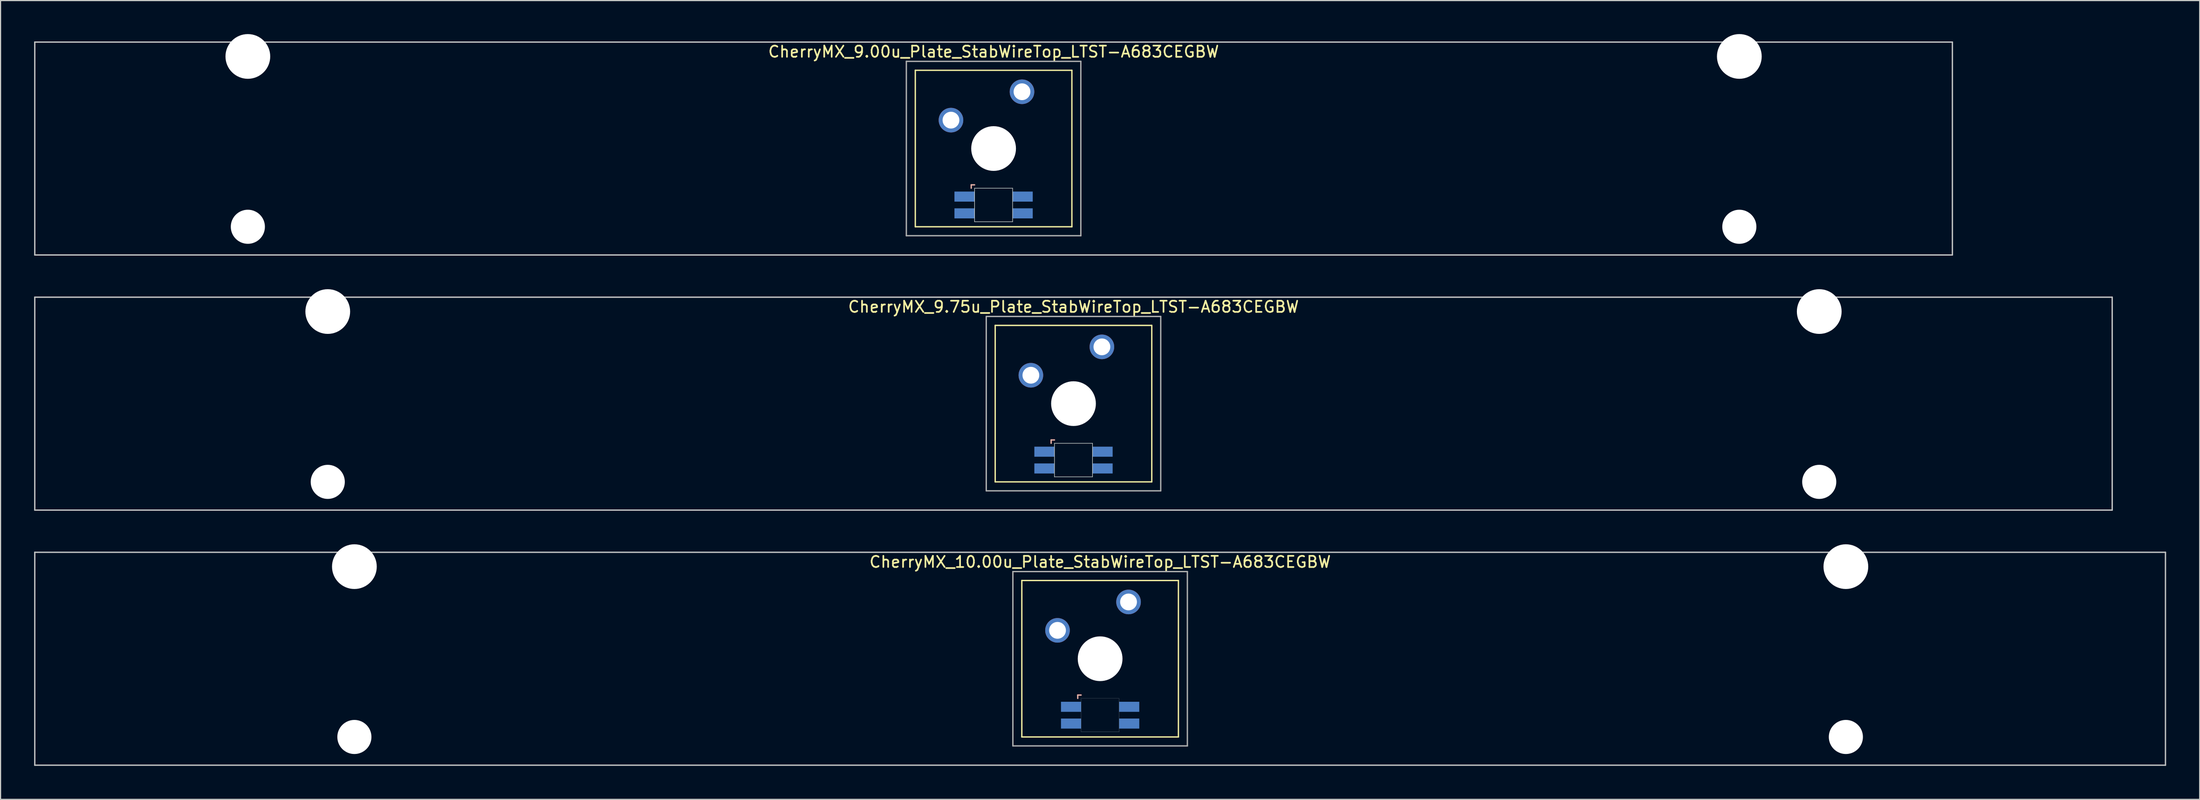
<source format=kicad_pcb>
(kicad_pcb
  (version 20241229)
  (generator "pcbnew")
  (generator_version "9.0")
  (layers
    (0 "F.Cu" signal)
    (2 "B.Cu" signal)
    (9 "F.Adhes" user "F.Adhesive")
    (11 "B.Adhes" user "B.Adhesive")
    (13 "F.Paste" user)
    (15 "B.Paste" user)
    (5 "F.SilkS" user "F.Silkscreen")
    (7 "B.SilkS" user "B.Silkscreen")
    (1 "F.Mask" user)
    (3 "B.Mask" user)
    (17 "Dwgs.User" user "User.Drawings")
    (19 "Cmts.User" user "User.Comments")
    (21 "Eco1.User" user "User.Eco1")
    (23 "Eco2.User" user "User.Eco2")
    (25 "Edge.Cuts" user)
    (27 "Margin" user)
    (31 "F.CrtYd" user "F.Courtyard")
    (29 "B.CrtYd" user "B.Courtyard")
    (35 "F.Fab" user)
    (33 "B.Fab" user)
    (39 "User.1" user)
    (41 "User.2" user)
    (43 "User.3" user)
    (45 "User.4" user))
  (footprint "CherryMX_9.75u_Plate_StabWireTop_LTST-A683CEGBW"
    (layer "F.Cu")
    (at 92.929 33.065)
    (property "Reference" "CherryMX_9.75u_Plate_StabWireTop_LTST-A683CEGBW" (at 0 -8.662 0) (layer "F.SilkS") (effects (font (size 1 1) (thickness 0.15))))
    (attr through_hole)
    (fp_line (start -7 -7) (end -7 7) (stroke (width 0.12) (type solid)) (layer "F.SilkS"))
    (fp_line (start -7 -7) (end 7 -7) (stroke (width 0.12) (type solid)) (layer "F.SilkS"))
    (fp_line (start 7 -7) (end 7 7) (stroke (width 0.12) (type solid)) (layer "F.SilkS"))
    (fp_line (start 7 7) (end -7 7) (stroke (width 0.12) (type solid)) (layer "F.SilkS"))
    (fp_line (start -2 3.25) (end -2 3.55) (stroke (width 0.12) (type solid)) (layer "B.SilkS"))
    (fp_line (start -1.7 3.25) (end -2 3.25) (stroke (width 0.12) (type solid)) (layer "B.SilkS"))
    (fp_line (start -92.869 -9.525) (end 92.869 -9.525) (stroke (width 0.12) (type solid)) (layer "Dwgs.User"))
    (fp_line (start -92.869 9.525) (end -92.869 -9.525) (stroke (width 0.12) (type solid)) (layer "Dwgs.User"))
    (fp_line (start 92.869 -9.525) (end 92.869 9.525) (stroke (width 0.12) (type solid)) (layer "Dwgs.User"))
    (fp_line (start 92.869 9.525) (end -92.869 9.525) (stroke (width 0.12) (type solid)) (layer "Dwgs.User"))
    (fp_line (start -1.7 3.55) (end 1.7 3.55) (stroke (width 0.05) (type solid)) (layer "Edge.Cuts"))
    (fp_line (start -1.7 6.55) (end -1.7 3.55) (stroke (width 0.05) (type solid)) (layer "Edge.Cuts"))
    (fp_line (start 1.7 3.55) (end 1.7 6.55) (stroke (width 0.05) (type solid)) (layer "Edge.Cuts"))
    (fp_line (start 1.7 6.55) (end -1.7 6.55) (stroke (width 0.05) (type solid)) (layer "Edge.Cuts"))
    (fp_line (start -7.8 -7.8) (end -7.8 7.8) (stroke (width 0.12) (type solid)) (layer "F.Fab"))
    (fp_line (start -7.8 -7.8) (end 7.8 -7.8) (stroke (width 0.12) (type solid)) (layer "F.Fab"))
    (fp_line (start -7.8 7.8) (end 7.8 7.8) (stroke (width 0.12) (type solid)) (layer "F.Fab"))
    (fp_line (start 7.8 -7.8) (end 7.8 7.8) (stroke (width 0.12) (type solid)) (layer "F.Fab"))
    (pad "" np_thru_hole circle (at -66.675 -8.24) (size 4 4) (drill 4) (layers "*.Cu" "*.Mask"))
    (pad "" np_thru_hole circle (at -66.675 7) (size 3.05 3.05) (drill 3.05) (layers "*.Cu" "*.Mask"))
    (pad "" np_thru_hole circle (at 0 0) (size 4 4) (drill 4) (layers "*.Cu" "*.Mask"))
    (pad "" np_thru_hole circle (at 66.675 -8.24) (size 4 4) (drill 4) (layers "*.Cu" "*.Mask"))
    (pad "" np_thru_hole circle (at 66.675 7) (size 3.05 3.05) (drill 3.05) (layers "*.Cu" "*.Mask"))
    (pad "1" thru_hole circle (at -3.81 -2.54) (size 2.2 2.2) (drill 1.5) (layers "*.Cu" "*.Mask"))
    (pad "2" thru_hole circle (at 2.54 -5.08) (size 2.2 2.2) (drill 1.5) (layers "*.Cu" "*.Mask"))
    (pad "3" smd rect (at -2.6 4.3) (size 1.8 0.9) (layers "B.Cu" "B.Mask" "B.Paste"))
    (pad "4" smd rect (at -2.6 5.8) (size 1.8 0.9) (layers "B.Cu" "B.Mask" "B.Paste"))
    (pad "5" smd rect (at 2.6 4.3) (size 1.8 0.9) (layers "B.Cu" "B.Mask" "B.Paste"))
    (pad "6" smd rect (at 2.6 5.8) (size 1.8 0.9) (layers "B.Cu" "B.Mask" "B.Paste")))
  (footprint "CherryMX_9.00u_Plate_StabWireTop_LTST-A683CEGBW"
    (layer "F.Cu")
    (at 85.785 10.24)
    (property "Reference" "CherryMX_9.00u_Plate_StabWireTop_LTST-A683CEGBW" (at 0 -8.662 0) (layer "F.SilkS") (effects (font (size 1 1) (thickness 0.15))))
    (attr through_hole)
    (fp_line (start -7 -7) (end -7 7) (stroke (width 0.12) (type solid)) (layer "F.SilkS"))
    (fp_line (start -7 -7) (end 7 -7) (stroke (width 0.12) (type solid)) (layer "F.SilkS"))
    (fp_line (start 7 -7) (end 7 7) (stroke (width 0.12) (type solid)) (layer "F.SilkS"))
    (fp_line (start 7 7) (end -7 7) (stroke (width 0.12) (type solid)) (layer "F.SilkS"))
    (fp_line (start -2 3.25) (end -2 3.55) (stroke (width 0.12) (type solid)) (layer "B.SilkS"))
    (fp_line (start -1.7 3.25) (end -2 3.25) (stroke (width 0.12) (type solid)) (layer "B.SilkS"))
    (fp_line (start -85.725 -9.525) (end 85.725 -9.525) (stroke (width 0.12) (type solid)) (layer "Dwgs.User"))
    (fp_line (start -85.725 9.525) (end -85.725 -9.525) (stroke (width 0.12) (type solid)) (layer "Dwgs.User"))
    (fp_line (start 85.725 -9.525) (end 85.725 9.525) (stroke (width 0.12) (type solid)) (layer "Dwgs.User"))
    (fp_line (start 85.725 9.525) (end -85.725 9.525) (stroke (width 0.12) (type solid)) (layer "Dwgs.User"))
    (fp_line (start -1.7 3.55) (end 1.7 3.55) (stroke (width 0.05) (type solid)) (layer "Edge.Cuts"))
    (fp_line (start -1.7 6.55) (end -1.7 3.55) (stroke (width 0.05) (type solid)) (layer "Edge.Cuts"))
    (fp_line (start 1.7 3.55) (end 1.7 6.55) (stroke (width 0.05) (type solid)) (layer "Edge.Cuts"))
    (fp_line (start 1.7 6.55) (end -1.7 6.55) (stroke (width 0.05) (type solid)) (layer "Edge.Cuts"))
    (fp_line (start -7.8 -7.8) (end -7.8 7.8) (stroke (width 0.12) (type solid)) (layer "F.Fab"))
    (fp_line (start -7.8 -7.8) (end 7.8 -7.8) (stroke (width 0.12) (type solid)) (layer "F.Fab"))
    (fp_line (start -7.8 7.8) (end 7.8 7.8) (stroke (width 0.12) (type solid)) (layer "F.Fab"))
    (fp_line (start 7.8 -7.8) (end 7.8 7.8) (stroke (width 0.12) (type solid)) (layer "F.Fab"))
    (pad "" np_thru_hole circle (at -66.675 -8.24) (size 4 4) (drill 4) (layers "*.Cu" "*.Mask"))
    (pad "" np_thru_hole circle (at -66.675 7) (size 3.05 3.05) (drill 3.05) (layers "*.Cu" "*.Mask"))
    (pad "" np_thru_hole circle (at 0 0) (size 4 4) (drill 4) (layers "*.Cu" "*.Mask"))
    (pad "" np_thru_hole circle (at 66.675 -8.24) (size 4 4) (drill 4) (layers "*.Cu" "*.Mask"))
    (pad "" np_thru_hole circle (at 66.675 7) (size 3.05 3.05) (drill 3.05) (layers "*.Cu" "*.Mask"))
    (pad "1" thru_hole circle (at -3.81 -2.54) (size 2.2 2.2) (drill 1.5) (layers "*.Cu" "*.Mask"))
    (pad "2" thru_hole circle (at 2.54 -5.08) (size 2.2 2.2) (drill 1.5) (layers "*.Cu" "*.Mask"))
    (pad "3" smd rect (at -2.6 4.3) (size 1.8 0.9) (layers "B.Cu" "B.Mask" "B.Paste"))
    (pad "4" smd rect (at -2.6 5.8) (size 1.8 0.9) (layers "B.Cu" "B.Mask" "B.Paste"))
    (pad "5" smd rect (at 2.6 4.3) (size 1.8 0.9) (layers "B.Cu" "B.Mask" "B.Paste"))
    (pad "6" smd rect (at 2.6 5.8) (size 1.8 0.9) (layers "B.Cu" "B.Mask" "B.Paste")))
  (footprint "CherryMX_10.00u_Plate_StabWireTop_LTST-A683CEGBW"
    (layer "F.Cu")
    (at 95.31 55.89)
    (property "Reference" "CherryMX_10.00u_Plate_StabWireTop_LTST-A683CEGBW" (at 0 -8.662 0) (layer "F.SilkS") (effects (font (size 1 1) (thickness 0.15))))
    (attr through_hole)
    (fp_line (start -7 -7) (end -7 7) (stroke (width 0.12) (type solid)) (layer "F.SilkS"))
    (fp_line (start -7 -7) (end 7 -7) (stroke (width 0.12) (type solid)) (layer "F.SilkS"))
    (fp_line (start 7 -7) (end 7 7) (stroke (width 0.12) (type solid)) (layer "F.SilkS"))
    (fp_line (start 7 7) (end -7 7) (stroke (width 0.12) (type solid)) (layer "F.SilkS"))
    (fp_line (start -2 3.25) (end -2 3.55) (stroke (width 0.12) (type solid)) (layer "B.SilkS"))
    (fp_line (start -1.7 3.25) (end -2 3.25) (stroke (width 0.12) (type solid)) (layer "B.SilkS"))
    (fp_line (start -95.25 -9.525) (end 95.25 -9.525) (stroke (width 0.12) (type solid)) (layer "Dwgs.User"))
    (fp_line (start -95.25 9.525) (end -95.25 -9.525) (stroke (width 0.12) (type solid)) (layer "Dwgs.User"))
    (fp_line (start 95.25 -9.525) (end 95.25 9.525) (stroke (width 0.12) (type solid)) (layer "Dwgs.User"))
    (fp_line (start 95.25 9.525) (end -95.25 9.525) (stroke (width 0.12) (type solid)) (layer "Dwgs.User"))
    (fp_poly (pts (xy 1.7 6.55) (xy -1.7 6.55) (xy -1.7 3.55) (xy 1.7 3.55)) (stroke (width 0.01) (type solid)) (fill no) (layer "Edge.Cuts"))
    (fp_line (start -7.8 -7.8) (end -7.8 7.8) (stroke (width 0.12) (type solid)) (layer "F.Fab"))
    (fp_line (start -7.8 -7.8) (end 7.8 -7.8) (stroke (width 0.12) (type solid)) (layer "F.Fab"))
    (fp_line (start -7.8 7.8) (end 7.8 7.8) (stroke (width 0.12) (type solid)) (layer "F.Fab"))
    (fp_line (start 7.8 -7.8) (end 7.8 7.8) (stroke (width 0.12) (type solid)) (layer "F.Fab"))
    (pad "" np_thru_hole circle (at -66.675 -8.24) (size 4 4) (drill 4) (layers "*.Cu" "*.Mask"))
    (pad "" np_thru_hole circle (at -66.675 7) (size 3.05 3.05) (drill 3.05) (layers "*.Cu" "*.Mask"))
    (pad "" np_thru_hole circle (at 0 0) (size 4 4) (drill 4) (layers "*.Cu" "*.Mask"))
    (pad "" np_thru_hole circle (at 66.675 -8.24) (size 4 4) (drill 4) (layers "*.Cu" "*.Mask"))
    (pad "" np_thru_hole circle (at 66.675 7) (size 3.05 3.05) (drill 3.05) (layers "*.Cu" "*.Mask"))
    (pad "1" thru_hole circle (at -3.81 -2.54) (size 2.2 2.2) (drill 1.5) (layers "*.Cu" "*.Mask"))
    (pad "2" thru_hole circle (at 2.54 -5.08) (size 2.2 2.2) (drill 1.5) (layers "*.Cu" "*.Mask"))
    (pad "3" smd rect (at -2.6 4.3) (size 1.8 0.9) (layers "B.Cu" "B.Mask" "B.Paste"))
    (pad "4" smd rect (at -2.6 5.8) (size 1.8 0.9) (layers "B.Cu" "B.Mask" "B.Paste"))
    (pad "5" smd rect (at 2.6 4.3) (size 1.8 0.9) (layers "B.Cu" "B.Mask" "B.Paste"))
    (pad "6" smd rect (at 2.6 5.8) (size 1.8 0.9) (layers "B.Cu" "B.Mask" "B.Paste")))
  (gr_rect
    (start -3 -3)
    (end 193.62 68.475)
    (stroke (width 0.1) (type default))
    (fill no)
    (layer "Edge.Cuts")))
</source>
